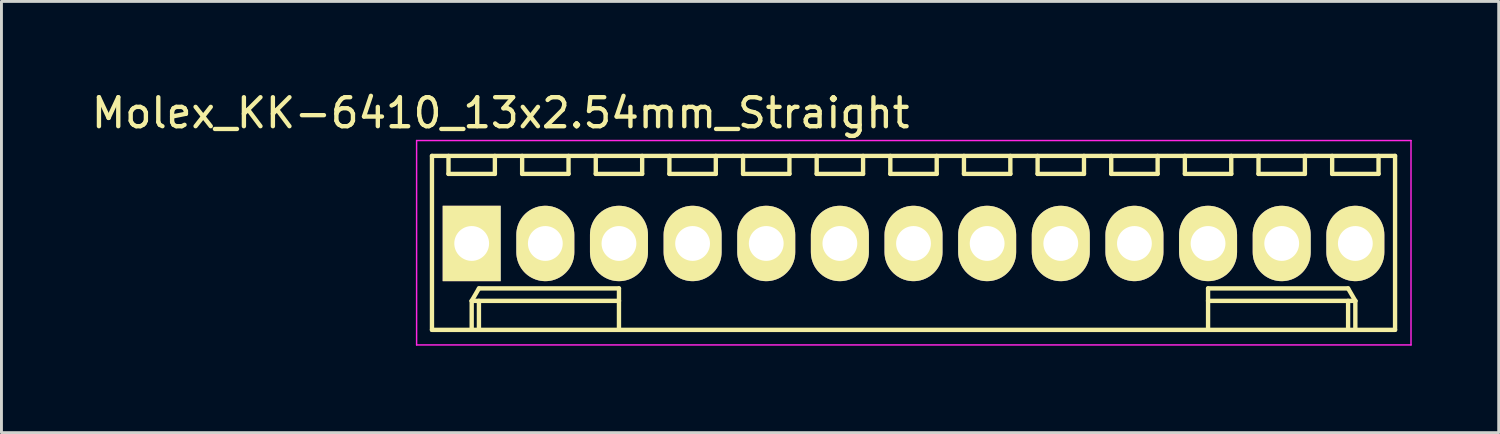
<source format=kicad_pcb>
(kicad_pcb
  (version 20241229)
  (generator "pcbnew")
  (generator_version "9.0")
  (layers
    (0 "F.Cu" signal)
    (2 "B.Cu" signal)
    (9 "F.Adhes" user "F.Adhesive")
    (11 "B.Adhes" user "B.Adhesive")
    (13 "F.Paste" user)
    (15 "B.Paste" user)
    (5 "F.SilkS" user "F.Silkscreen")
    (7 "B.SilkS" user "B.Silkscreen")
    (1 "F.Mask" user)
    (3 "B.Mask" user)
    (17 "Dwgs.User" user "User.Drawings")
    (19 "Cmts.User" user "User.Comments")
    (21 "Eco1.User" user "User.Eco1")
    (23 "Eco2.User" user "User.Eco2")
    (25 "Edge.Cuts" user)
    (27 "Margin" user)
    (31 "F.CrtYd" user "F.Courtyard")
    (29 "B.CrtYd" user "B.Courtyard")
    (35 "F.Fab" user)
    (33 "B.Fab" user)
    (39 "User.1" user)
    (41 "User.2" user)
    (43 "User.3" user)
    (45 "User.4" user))
  (footprint "Molex_KK-6410_13x2.54mm_Straight"
    (layer "F.Cu")
    (at 13.22 5.348)
    (property "Reference" "Molex_KK-6410_13x2.54mm_Straight" (at 1 -4.5 0) (layer "F.SilkS") (effects (font (size 1 1) (thickness 0.15))))
    (attr through_hole)
    (fp_line (start -1.37 -3.02) (end -1.37 2.98) (stroke (width 0.15) (type solid)) (layer "F.SilkS"))
    (fp_line (start -1.37 2.98) (end 31.85 2.98) (stroke (width 0.15) (type solid)) (layer "F.SilkS"))
    (fp_line (start -0.8 -3.02) (end -0.8 -2.4) (stroke (width 0.15) (type solid)) (layer "F.SilkS"))
    (fp_line (start -0.8 -2.4) (end 0.8 -2.4) (stroke (width 0.15) (type solid)) (layer "F.SilkS"))
    (fp_line (start 0 1.98) (end 0.25 1.55) (stroke (width 0.15) (type solid)) (layer "F.SilkS"))
    (fp_line (start 0 1.98) (end 5.08 1.98) (stroke (width 0.15) (type solid)) (layer "F.SilkS"))
    (fp_line (start 0 2.98) (end 0 1.98) (stroke (width 0.15) (type solid)) (layer "F.SilkS"))
    (fp_line (start 0.25 1.55) (end 5.08 1.55) (stroke (width 0.15) (type solid)) (layer "F.SilkS"))
    (fp_line (start 0.25 2.98) (end 0.25 1.98) (stroke (width 0.15) (type solid)) (layer "F.SilkS"))
    (fp_line (start 0.8 -2.4) (end 0.8 -3.02) (stroke (width 0.15) (type solid)) (layer "F.SilkS"))
    (fp_line (start 1.74 -3.02) (end 1.74 -2.4) (stroke (width 0.15) (type solid)) (layer "F.SilkS"))
    (fp_line (start 1.74 -2.4) (end 3.34 -2.4) (stroke (width 0.15) (type solid)) (layer "F.SilkS"))
    (fp_line (start 3.34 -2.4) (end 3.34 -3.02) (stroke (width 0.15) (type solid)) (layer "F.SilkS"))
    (fp_line (start 4.28 -3.02) (end 4.28 -2.4) (stroke (width 0.15) (type solid)) (layer "F.SilkS"))
    (fp_line (start 4.28 -2.4) (end 5.88 -2.4) (stroke (width 0.15) (type solid)) (layer "F.SilkS"))
    (fp_line (start 5.08 1.55) (end 5.08 1.98) (stroke (width 0.15) (type solid)) (layer "F.SilkS"))
    (fp_line (start 5.08 1.98) (end 5.08 2.98) (stroke (width 0.15) (type solid)) (layer "F.SilkS"))
    (fp_line (start 5.88 -2.4) (end 5.88 -3.02) (stroke (width 0.15) (type solid)) (layer "F.SilkS"))
    (fp_line (start 6.82 -3.02) (end 6.82 -2.4) (stroke (width 0.15) (type solid)) (layer "F.SilkS"))
    (fp_line (start 6.82 -2.4) (end 8.42 -2.4) (stroke (width 0.15) (type solid)) (layer "F.SilkS"))
    (fp_line (start 8.42 -2.4) (end 8.42 -3.02) (stroke (width 0.15) (type solid)) (layer "F.SilkS"))
    (fp_line (start 9.36 -3.02) (end 9.36 -2.4) (stroke (width 0.15) (type solid)) (layer "F.SilkS"))
    (fp_line (start 9.36 -2.4) (end 10.96 -2.4) (stroke (width 0.15) (type solid)) (layer "F.SilkS"))
    (fp_line (start 10.96 -2.4) (end 10.96 -3.02) (stroke (width 0.15) (type solid)) (layer "F.SilkS"))
    (fp_line (start 11.9 -3.02) (end 11.9 -2.4) (stroke (width 0.15) (type solid)) (layer "F.SilkS"))
    (fp_line (start 11.9 -2.4) (end 13.5 -2.4) (stroke (width 0.15) (type solid)) (layer "F.SilkS"))
    (fp_line (start 13.5 -2.4) (end 13.5 -3.02) (stroke (width 0.15) (type solid)) (layer "F.SilkS"))
    (fp_line (start 14.44 -3.02) (end 14.44 -2.4) (stroke (width 0.15) (type solid)) (layer "F.SilkS"))
    (fp_line (start 14.44 -2.4) (end 16.04 -2.4) (stroke (width 0.15) (type solid)) (layer "F.SilkS"))
    (fp_line (start 16.04 -2.4) (end 16.04 -3.02) (stroke (width 0.15) (type solid)) (layer "F.SilkS"))
    (fp_line (start 16.98 -3.02) (end 16.98 -2.4) (stroke (width 0.15) (type solid)) (layer "F.SilkS"))
    (fp_line (start 16.98 -2.4) (end 18.58 -2.4) (stroke (width 0.15) (type solid)) (layer "F.SilkS"))
    (fp_line (start 18.58 -2.4) (end 18.58 -3.02) (stroke (width 0.15) (type solid)) (layer "F.SilkS"))
    (fp_line (start 19.52 -3.02) (end 19.52 -2.4) (stroke (width 0.15) (type solid)) (layer "F.SilkS"))
    (fp_line (start 19.52 -2.4) (end 21.12 -2.4) (stroke (width 0.15) (type solid)) (layer "F.SilkS"))
    (fp_line (start 21.12 -2.4) (end 21.12 -3.02) (stroke (width 0.15) (type solid)) (layer "F.SilkS"))
    (fp_line (start 22.06 -3.02) (end 22.06 -2.4) (stroke (width 0.15) (type solid)) (layer "F.SilkS"))
    (fp_line (start 22.06 -2.4) (end 23.66 -2.4) (stroke (width 0.15) (type solid)) (layer "F.SilkS"))
    (fp_line (start 23.66 -2.4) (end 23.66 -3.02) (stroke (width 0.15) (type solid)) (layer "F.SilkS"))
    (fp_line (start 24.6 -3.02) (end 24.6 -2.4) (stroke (width 0.15) (type solid)) (layer "F.SilkS"))
    (fp_line (start 24.6 -2.4) (end 26.2 -2.4) (stroke (width 0.15) (type solid)) (layer "F.SilkS"))
    (fp_line (start 25.4 1.55) (end 25.4 1.98) (stroke (width 0.15) (type solid)) (layer "F.SilkS"))
    (fp_line (start 25.4 1.98) (end 25.4 2.98) (stroke (width 0.15) (type solid)) (layer "F.SilkS"))
    (fp_line (start 26.2 -2.4) (end 26.2 -3.02) (stroke (width 0.15) (type solid)) (layer "F.SilkS"))
    (fp_line (start 27.14 -3.02) (end 27.14 -2.4) (stroke (width 0.15) (type solid)) (layer "F.SilkS"))
    (fp_line (start 27.14 -2.4) (end 28.74 -2.4) (stroke (width 0.15) (type solid)) (layer "F.SilkS"))
    (fp_line (start 28.74 -2.4) (end 28.74 -3.02) (stroke (width 0.15) (type solid)) (layer "F.SilkS"))
    (fp_line (start 29.68 -3.02) (end 29.68 -2.4) (stroke (width 0.15) (type solid)) (layer "F.SilkS"))
    (fp_line (start 29.68 -2.4) (end 31.28 -2.4) (stroke (width 0.15) (type solid)) (layer "F.SilkS"))
    (fp_line (start 30.23 1.55) (end 25.4 1.55) (stroke (width 0.15) (type solid)) (layer "F.SilkS"))
    (fp_line (start 30.23 2.98) (end 30.23 1.98) (stroke (width 0.15) (type solid)) (layer "F.SilkS"))
    (fp_line (start 30.48 1.98) (end 25.4 1.98) (stroke (width 0.15) (type solid)) (layer "F.SilkS"))
    (fp_line (start 30.48 1.98) (end 30.23 1.55) (stroke (width 0.15) (type solid)) (layer "F.SilkS"))
    (fp_line (start 30.48 2.98) (end 30.48 1.98) (stroke (width 0.15) (type solid)) (layer "F.SilkS"))
    (fp_line (start 31.28 -2.4) (end 31.28 -3.02) (stroke (width 0.15) (type solid)) (layer "F.SilkS"))
    (fp_line (start 31.85 -3.02) (end -1.37 -3.02) (stroke (width 0.15) (type solid)) (layer "F.SilkS"))
    (fp_line (start 31.85 2.98) (end 31.85 -3.02) (stroke (width 0.15) (type solid)) (layer "F.SilkS"))
    (fp_line (start -1.9 -3.55) (end 32.4 -3.55) (stroke (width 0.05) (type solid)) (layer "F.CrtYd"))
    (fp_line (start -1.9 3.5) (end -1.9 -3.55) (stroke (width 0.05) (type solid)) (layer "F.CrtYd"))
    (fp_line (start 32.4 -3.55) (end 32.4 3.5) (stroke (width 0.05) (type solid)) (layer "F.CrtYd"))
    (fp_line (start 32.4 3.5) (end -1.9 3.5) (stroke (width 0.05) (type solid)) (layer "F.CrtYd"))
    (pad "1" thru_hole rect (at 0 0) (size 2 2.6) (drill 1.2) (layers "*.Cu" "*.Mask" "F.SilkS"))
    (pad "2" thru_hole oval (at 2.54 0) (size 2 2.6) (drill 1.2) (layers "*.Cu" "*.Mask" "F.SilkS"))
    (pad "3" thru_hole oval (at 5.08 0) (size 2 2.6) (drill 1.2) (layers "*.Cu" "*.Mask" "F.SilkS"))
    (pad "4" thru_hole oval (at 7.62 0) (size 2 2.6) (drill 1.2) (layers "*.Cu" "*.Mask" "F.SilkS"))
    (pad "5" thru_hole oval (at 10.16 0) (size 2 2.6) (drill 1.2) (layers "*.Cu" "*.Mask" "F.SilkS"))
    (pad "6" thru_hole oval (at 12.7 0) (size 2 2.6) (drill 1.2) (layers "*.Cu" "*.Mask" "F.SilkS"))
    (pad "7" thru_hole oval (at 15.24 0) (size 2 2.6) (drill 1.2) (layers "*.Cu" "*.Mask" "F.SilkS"))
    (pad "8" thru_hole oval (at 17.78 0) (size 2 2.6) (drill 1.2) (layers "*.Cu" "*.Mask" "F.SilkS"))
    (pad "9" thru_hole oval (at 20.32 0) (size 2 2.6) (drill 1.2) (layers "*.Cu" "*.Mask" "F.SilkS"))
    (pad "10" thru_hole oval (at 22.86 0) (size 2 2.6) (drill 1.2) (layers "*.Cu" "*.Mask" "F.SilkS"))
    (pad "11" thru_hole oval (at 25.4 0) (size 2 2.6) (drill 1.2) (layers "*.Cu" "*.Mask" "F.SilkS"))
    (pad "12" thru_hole oval (at 27.94 0) (size 2 2.6) (drill 1.2) (layers "*.Cu" "*.Mask" "F.SilkS"))
    (pad "13" thru_hole oval (at 30.48 0) (size 2 2.6) (drill 1.2) (layers "*.Cu" "*.Mask" "F.SilkS")))
  (gr_rect
    (start -3 -3)
    (end 48.645 11.873)
    (stroke (width 0.1) (type default))
    (fill no)
    (layer "Edge.Cuts")))
</source>
